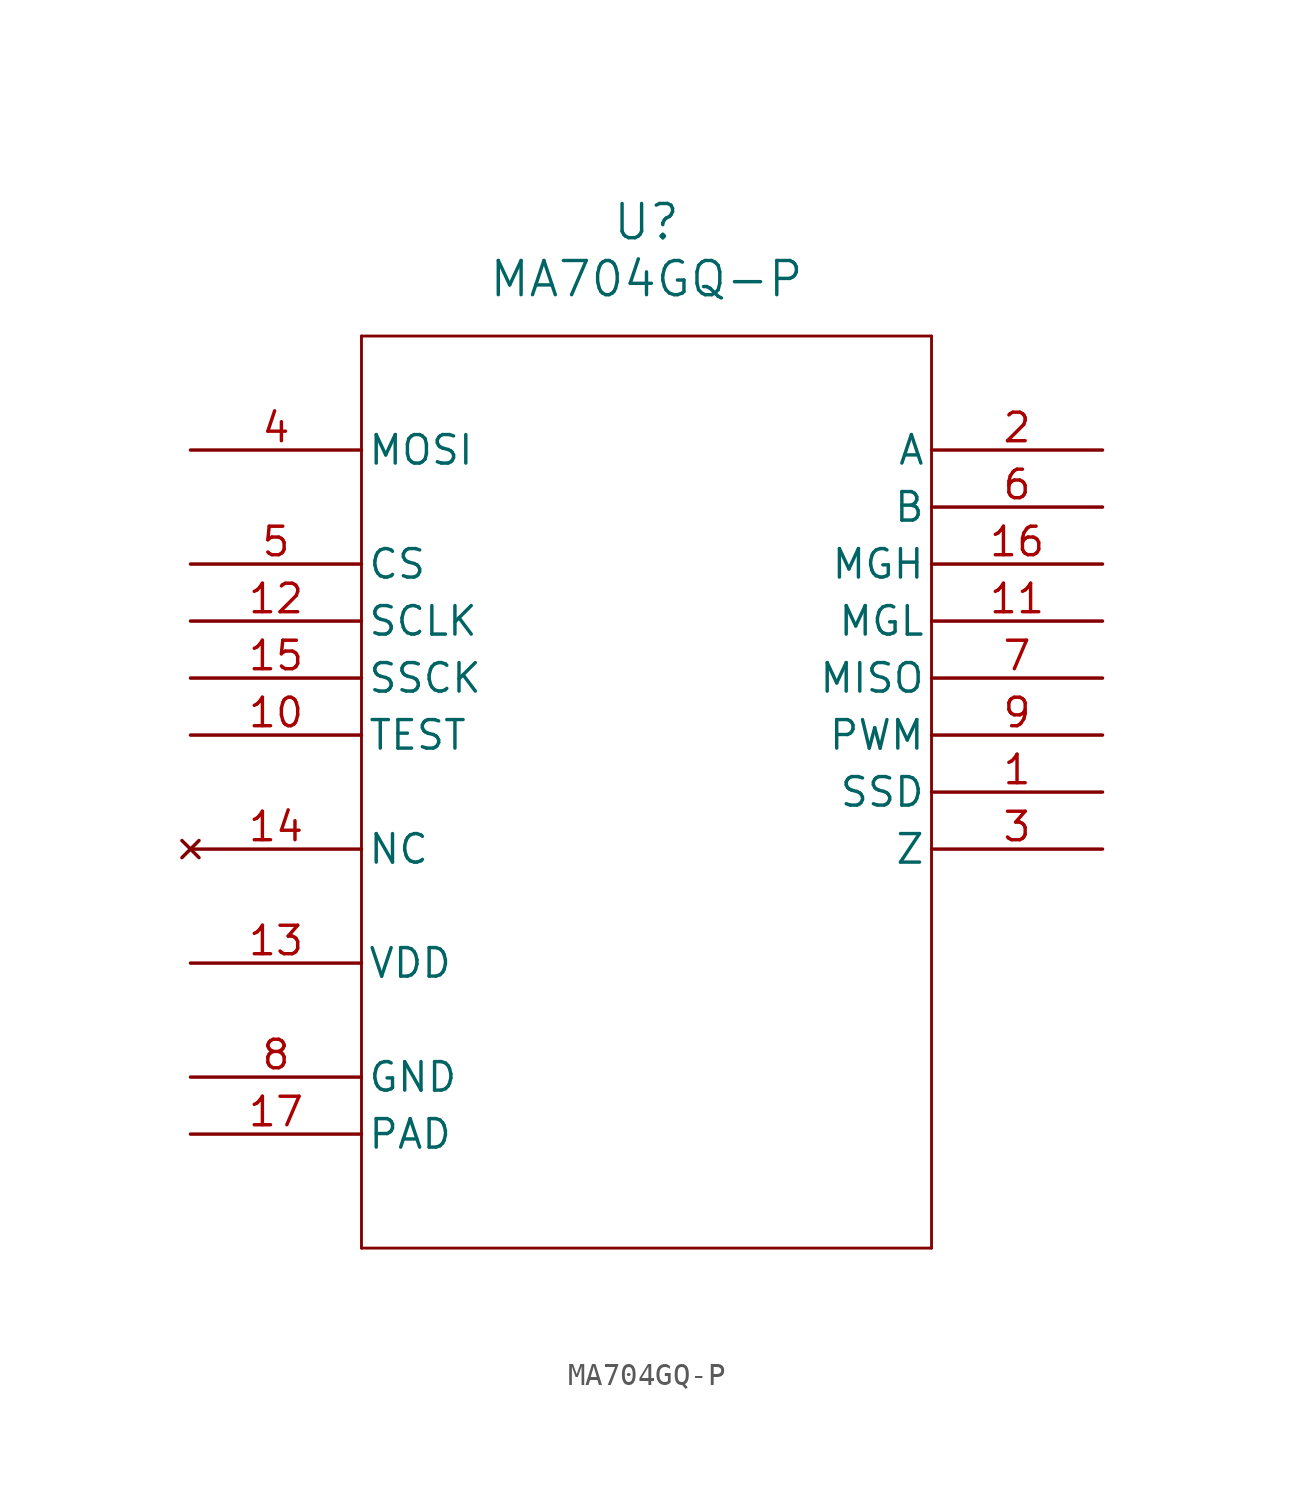
<source format=kicad_sym>
(kicad_symbol_lib
  (version 20211014)
  (generator kicad_symbol_editor)
  (symbol "MA704GQ-P"
    (pin_names
      (offset 0.254))
    (property "Reference" "U"
      (at 20.32 10.16 0)
      (effects (font (size 1.524 1.524))))
    (property "Value" "MA704GQ-P"
      (at 20.32 7.62 0)
      (effects (font (size 1.524 1.524))))
    (symbol "MA704GQ-P_0_1"
      (polyline (pts (xy 7.62 5.08) (xy 7.62 -35.56)) (stroke (width 0.127) (type default) (color 0 0 0 0)) (fill (type none)))
      (polyline (pts (xy 7.62 -35.56) (xy 33.02 -35.56)) (stroke (width 0.127) (type default) (color 0 0 0 0)) (fill (type none)))
      (polyline (pts (xy 33.02 -35.56) (xy 33.02 5.08)) (stroke (width 0.127) (type default) (color 0 0 0 0)) (fill (type none)))
      (polyline (pts (xy 33.02 5.08) (xy 7.62 5.08)) (stroke (width 0.127) (type default) (color 0 0 0 0)) (fill (type none)))
      (pin output line (at 40.64 -15.24 180) (length 7.62) (name "SSD" (effects (font (size 1.27 1.27)))) (number "1" (effects (font (size 1.27 1.27)))))
      (pin output line (at 40.64 0 180) (length 7.62) (name "A" (effects (font (size 1.27 1.27)))) (number "2" (effects (font (size 1.27 1.27)))))
      (pin output line (at 40.64 -17.78 180) (length 7.62) (name "Z" (effects (font (size 1.27 1.27)))) (number "3" (effects (font (size 1.27 1.27)))))
      (pin input line (at 0 0 0) (length 7.62) (name "MOSI" (effects (font (size 1.27 1.27)))) (number "4" (effects (font (size 1.27 1.27)))))
      (pin unspecified line (at 0 -5.08 0) (length 7.62) (name "CS" (effects (font (size 1.27 1.27)))) (number "5" (effects (font (size 1.27 1.27)))))
      (pin output line (at 40.64 -2.54 180) (length 7.62) (name "B" (effects (font (size 1.27 1.27)))) (number "6" (effects (font (size 1.27 1.27)))))
      (pin output line (at 40.64 -10.16 180) (length 7.62) (name "MISO" (effects (font (size 1.27 1.27)))) (number "7" (effects (font (size 1.27 1.27)))))
      (pin power_out line (at 0 -27.94 0) (length 7.62) (name "GND" (effects (font (size 1.27 1.27)))) (number "8" (effects (font (size 1.27 1.27)))))
      (pin output line (at 40.64 -12.7 180) (length 7.62) (name "PWM" (effects (font (size 1.27 1.27)))) (number "9" (effects (font (size 1.27 1.27)))))
      (pin unspecified line (at 0 -12.7 0) (length 7.62) (name "TEST" (effects (font (size 1.27 1.27)))) (number "10" (effects (font (size 1.27 1.27)))))
      (pin output line (at 40.64 -7.62 180) (length 7.62) (name "MGL" (effects (font (size 1.27 1.27)))) (number "11" (effects (font (size 1.27 1.27)))))
      (pin unspecified line (at 0 -7.62 0) (length 7.62) (name "SCLK" (effects (font (size 1.27 1.27)))) (number "12" (effects (font (size 1.27 1.27)))))
      (pin power_in line (at 0 -22.86 0) (length 7.62) (name "VDD" (effects (font (size 1.27 1.27)))) (number "13" (effects (font (size 1.27 1.27)))))
      (pin no_connect line (at 0 -17.78 0) (length 7.62) (name "NC" (effects (font (size 1.27 1.27)))) (number "14" (effects (font (size 1.27 1.27)))))
      (pin unspecified line (at 0 -10.16 0) (length 7.62) (name "SSCK" (effects (font (size 1.27 1.27)))) (number "15" (effects (font (size 1.27 1.27)))))
      (pin output line (at 40.64 -5.08 180) (length 7.62) (name "MGH" (effects (font (size 1.27 1.27)))) (number "16" (effects (font (size 1.27 1.27)))))
      (pin power_out line (at 0 -30.48 0) (length 7.62) (name "PAD" (effects (font (size 1.27 1.27)))) (number "17" (effects (font (size 1.27 1.27))))))))
</source>
